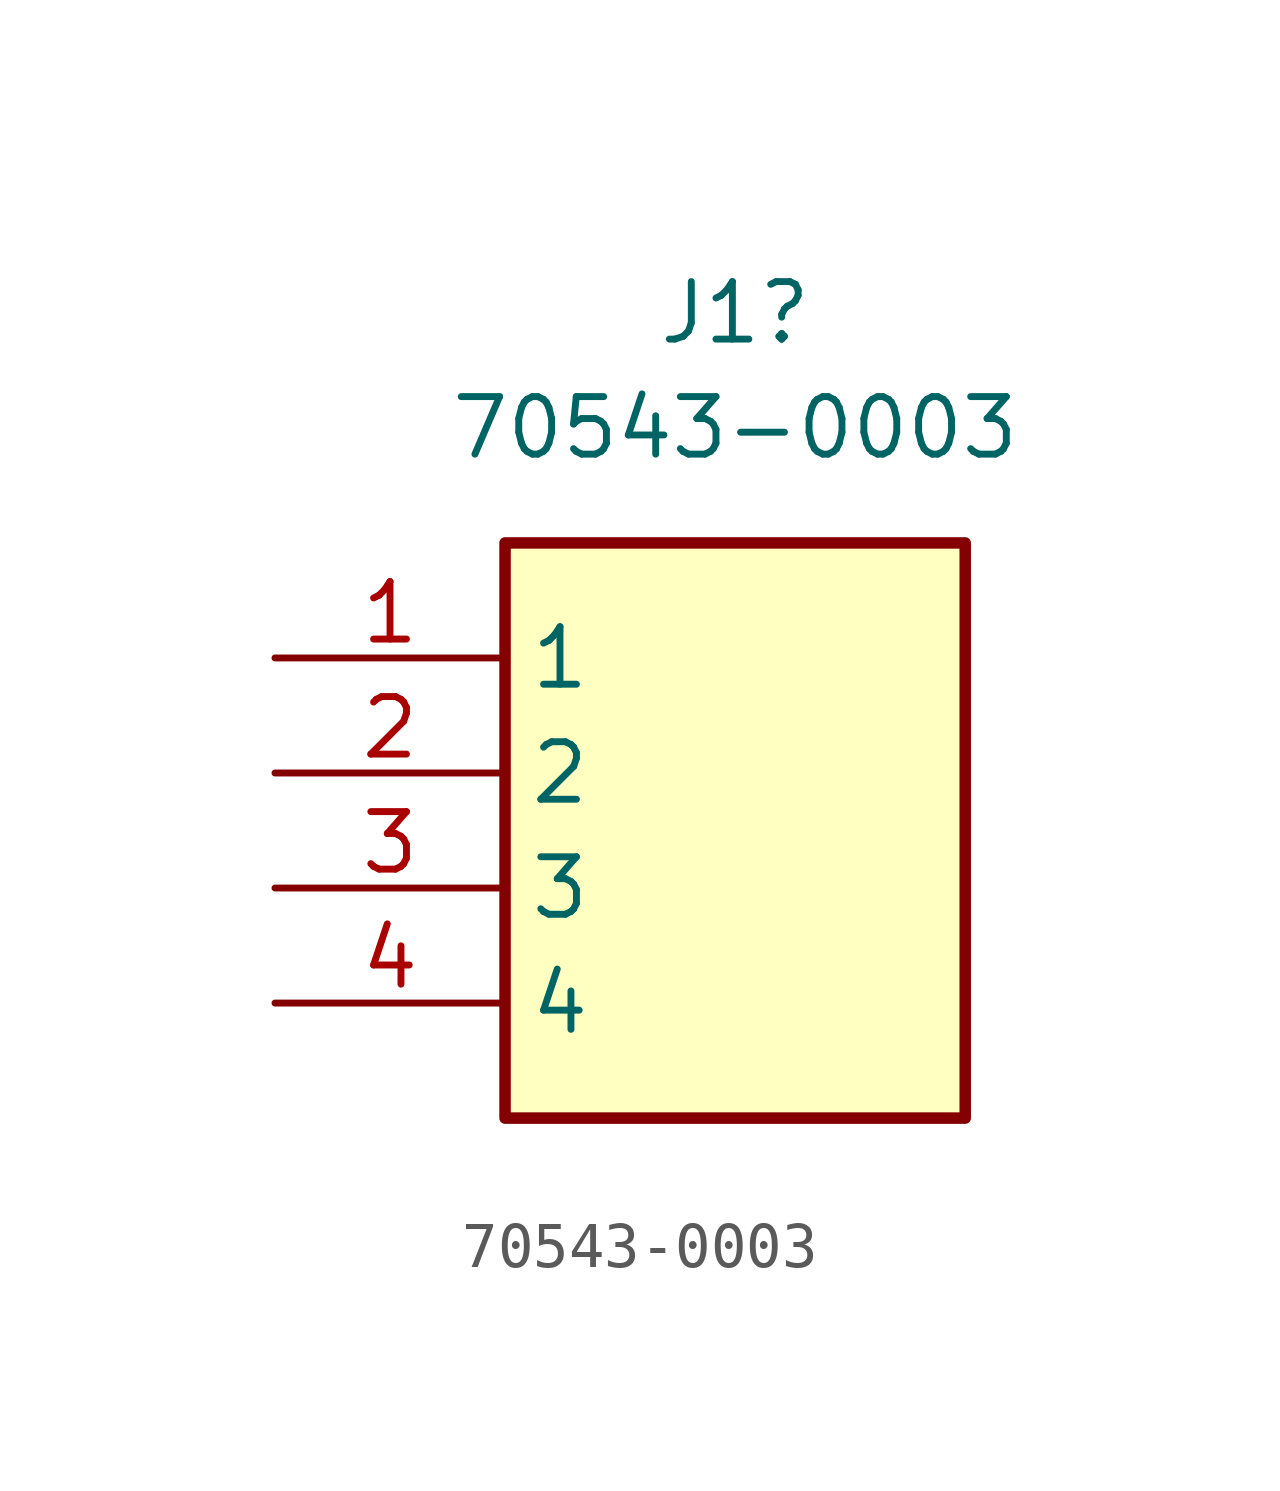
<source format=kicad_sym>
(kicad_symbol_lib
  (version 20231120)
  (generator "kicad_symbol_editor")
  (generator_version "8.0")
  (symbol "70543-0003"
    (property "Reference" "J1"
      (at 10.16 7.62 0)
      (effects (font (size 1.27 1.27))))
    (property "Value" "70543-0003"
      (at 10.16 5.08 0)
      (effects (font (size 1.27 1.27))))
    (symbol "70543-0003_1_1"
      (rectangle (start 5.08 2.54) (end 15.24 -10.16) (stroke (width 0.254) (type default)) (fill (type background)))
      (pin passive line (at 0 0 0) (length 5.08) (name "1" (effects (font (size 1.27 1.27)))) (number "1" (effects (font (size 1.27 1.27)))))
      (pin passive line (at 0 -2.54 0) (length 5.08) (name "2" (effects (font (size 1.27 1.27)))) (number "2" (effects (font (size 1.27 1.27)))))
      (pin passive line (at 0 -5.08 0) (length 5.08) (name "3" (effects (font (size 1.27 1.27)))) (number "3" (effects (font (size 1.27 1.27)))))
      (pin passive line (at 0 -7.62 0) (length 5.08) (name "4" (effects (font (size 1.27 1.27)))) (number "4" (effects (font (size 1.27 1.27))))))))
</source>
